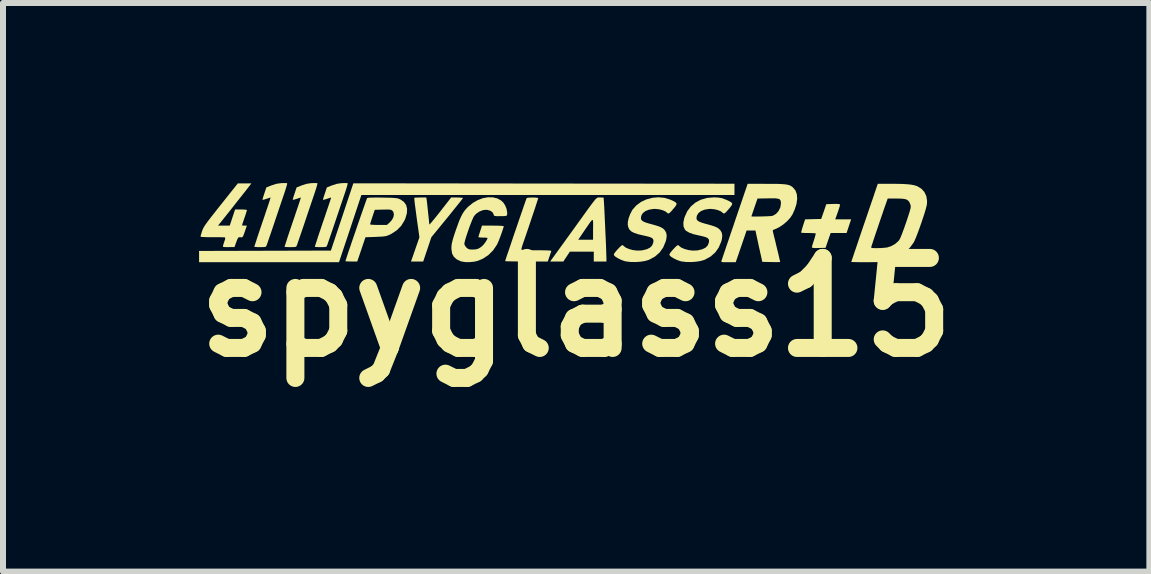
<source format=kicad_pcb>
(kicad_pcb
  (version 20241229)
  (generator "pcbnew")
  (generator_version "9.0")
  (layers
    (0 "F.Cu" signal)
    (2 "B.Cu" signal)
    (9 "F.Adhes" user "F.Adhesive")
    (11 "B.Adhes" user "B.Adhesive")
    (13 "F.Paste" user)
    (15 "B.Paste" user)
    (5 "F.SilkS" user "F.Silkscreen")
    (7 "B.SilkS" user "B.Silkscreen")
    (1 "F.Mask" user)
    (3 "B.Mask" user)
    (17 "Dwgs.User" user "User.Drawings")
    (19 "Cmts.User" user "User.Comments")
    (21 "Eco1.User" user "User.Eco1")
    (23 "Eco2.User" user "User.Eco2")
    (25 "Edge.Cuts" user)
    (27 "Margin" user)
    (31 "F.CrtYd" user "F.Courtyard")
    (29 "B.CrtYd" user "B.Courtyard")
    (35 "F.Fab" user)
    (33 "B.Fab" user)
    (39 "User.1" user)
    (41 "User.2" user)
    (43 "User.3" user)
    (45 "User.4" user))
  (footprint "spyglass15"
    (layer "F.Cu")
    (at 6.55 2.069)
    (property "Reference" "spyglass15" (at 0 0 0) (layer "F.SilkS") (effects (font (size 1.5 1.5) (thickness 0.3))))
    (attr board_only exclude_from_pos_files exclude_from_bom)
    (fp_poly (pts (xy -0.538 -2.061) (xy 2.637 -2.058) (xy 2.637 -1.964) (xy 2.637 -1.87) (xy -0.471 -1.87) (xy -3.579 -1.87) (xy -3.765 -1.31) (xy -3.952 -0.75) (xy -5.117 -0.75) (xy -6.283 -0.75) (xy -6.283 -0.844) (xy -6.283 -0.938) (xy -5.185 -0.941) (xy -4.087 -0.944) (xy -3.9 -1.504) (xy -3.713 -2.065)) (stroke (width 0) (type solid)) (fill yes) (layer "F.SilkS"))
    (fp_poly (pts (xy -2.491 -1.79) (xy -2.488 -1.766) (xy -2.483 -1.723) (xy -2.477 -1.666) (xy -2.47 -1.602) (xy -2.467 -1.571) (xy -2.46 -1.508) (xy -2.454 -1.453) (xy -2.45 -1.41) (xy -2.447 -1.384) (xy -2.446 -1.379) (xy -2.438 -1.384) (xy -2.418 -1.407) (xy -2.388 -1.443) (xy -2.349 -1.49) (xy -2.303 -1.547) (xy -2.263 -1.598) (xy -2.083 -1.829) (xy -1.985 -1.829) (xy -1.94 -1.827) (xy -1.907 -1.825) (xy -1.889 -1.821) (xy -1.887 -1.819) (xy -1.894 -1.808) (xy -1.915 -1.781) (xy -1.947 -1.74) (xy -1.989 -1.688) (xy -2.039 -1.626) (xy -2.095 -1.556) (xy -2.15 -1.488) (xy -2.413 -1.167) (xy -2.481 -0.964) (xy -2.549 -0.762) (xy -2.651 -0.762) (xy -2.752 -0.762) (xy -2.682 -0.964) (xy -2.612 -1.166) (xy -2.658 -1.492) (xy -2.669 -1.576) (xy -2.679 -1.653) (xy -2.688 -1.719) (xy -2.694 -1.771) (xy -2.697 -1.807) (xy -2.698 -1.823) (xy -2.698 -1.823) (xy -2.684 -1.826) (xy -2.653 -1.827) (xy -2.61 -1.828) (xy -2.595 -1.829) (xy -2.498 -1.829)) (stroke (width 0) (type solid)) (fill yes) (layer "F.SilkS"))
    (fp_poly (pts (xy 4.369 -1.72) (xy 4.388 -1.717) (xy 4.395 -1.71) (xy 4.395 -1.706) (xy 4.392 -1.688) (xy 4.382 -1.654) (xy 4.367 -1.609) (xy 4.356 -1.577) (xy 4.316 -1.465) (xy 4.448 -1.465) (xy 4.581 -1.465) (xy 4.543 -1.351) (xy 4.505 -1.237) (xy 4.372 -1.237) (xy 4.24 -1.237) (xy 4.197 -1.114) (xy 4.155 -0.99) (xy 4.041 -0.987) (xy 3.986 -0.986) (xy 3.951 -0.988) (xy 3.933 -0.992) (xy 3.927 -0.999) (xy 3.927 -1) (xy 3.93 -1.017) (xy 3.94 -1.051) (xy 3.954 -1.095) (xy 3.962 -1.119) (xy 3.976 -1.165) (xy 3.986 -1.202) (xy 3.991 -1.225) (xy 3.99 -1.23) (xy 3.976 -1.233) (xy 3.944 -1.235) (xy 3.9 -1.236) (xy 3.867 -1.237) (xy 3.818 -1.237) (xy 3.778 -1.239) (xy 3.753 -1.241) (xy 3.748 -1.243) (xy 3.75 -1.256) (xy 3.758 -1.287) (xy 3.77 -1.329) (xy 3.779 -1.357) (xy 3.814 -1.464) (xy 3.948 -1.468) (xy 4.082 -1.471) (xy 4.125 -1.594) (xy 4.167 -1.717) (xy 4.281 -1.721) (xy 4.335 -1.722)) (stroke (width 0) (type solid)) (fill yes) (layer "F.SilkS"))
    (fp_poly (pts (xy -4.831 -2.068) (xy -4.815 -2.067) (xy -4.815 -2.067) (xy -4.816 -2.055) (xy -4.824 -2.024) (xy -4.837 -1.979) (xy -4.855 -1.923) (xy -4.872 -1.872) (xy -4.894 -1.807) (xy -4.922 -1.725) (xy -4.953 -1.633) (xy -4.986 -1.535) (xy -5.019 -1.437) (xy -5.041 -1.371) (xy -5.069 -1.289) (xy -5.095 -1.213) (xy -5.118 -1.146) (xy -5.137 -1.091) (xy -5.15 -1.052) (xy -5.158 -1.032) (xy -5.158 -1.031) (xy -5.165 -1.016) (xy -5.176 -1.007) (xy -5.196 -1.003) (xy -5.23 -1.002) (xy -5.264 -1.002) (xy -5.309 -1.002) (xy -5.343 -1.004) (xy -5.361 -1.005) (xy -5.362 -1.006) (xy -5.36 -1.018) (xy -5.35 -1.049) (xy -5.334 -1.097) (xy -5.314 -1.161) (xy -5.289 -1.236) (xy -5.26 -1.321) (xy -5.229 -1.414) (xy -5.227 -1.419) (xy -5.195 -1.512) (xy -5.167 -1.597) (xy -5.141 -1.673) (xy -5.12 -1.736) (xy -5.104 -1.785) (xy -5.095 -1.817) (xy -5.091 -1.828) (xy -5.091 -1.829) (xy -5.104 -1.825) (xy -5.131 -1.816) (xy -5.161 -1.806) (xy -5.196 -1.795) (xy -5.22 -1.79) (xy -5.228 -1.792) (xy -5.224 -1.806) (xy -5.215 -1.837) (xy -5.201 -1.879) (xy -5.195 -1.898) (xy -5.162 -1.996) (xy -5.075 -2.031) (xy -4.997 -2.056) (xy -4.922 -2.067) (xy -4.905 -2.068) (xy -4.863 -2.069)) (stroke (width 0) (type solid)) (fill yes) (layer "F.SilkS"))
    (fp_poly (pts (xy -4.327 -2.068) (xy -4.311 -2.067) (xy -4.311 -2.067) (xy -4.312 -2.055) (xy -4.32 -2.024) (xy -4.333 -1.979) (xy -4.351 -1.923) (xy -4.368 -1.872) (xy -4.39 -1.807) (xy -4.418 -1.725) (xy -4.449 -1.633) (xy -4.482 -1.535) (xy -4.515 -1.437) (xy -4.537 -1.371) (xy -4.565 -1.289) (xy -4.591 -1.213) (xy -4.614 -1.146) (xy -4.633 -1.091) (xy -4.646 -1.052) (xy -4.654 -1.032) (xy -4.654 -1.031) (xy -4.661 -1.016) (xy -4.672 -1.007) (xy -4.692 -1.003) (xy -4.726 -1.002) (xy -4.76 -1.002) (xy -4.805 -1.002) (xy -4.839 -1.004) (xy -4.857 -1.005) (xy -4.858 -1.006) (xy -4.856 -1.018) (xy -4.846 -1.049) (xy -4.83 -1.097) (xy -4.81 -1.161) (xy -4.785 -1.236) (xy -4.756 -1.321) (xy -4.725 -1.414) (xy -4.723 -1.419) (xy -4.691 -1.512) (xy -4.663 -1.597) (xy -4.637 -1.673) (xy -4.616 -1.736) (xy -4.6 -1.785) (xy -4.591 -1.817) (xy -4.587 -1.828) (xy -4.587 -1.829) (xy -4.599 -1.825) (xy -4.627 -1.816) (xy -4.657 -1.806) (xy -4.692 -1.795) (xy -4.716 -1.79) (xy -4.724 -1.792) (xy -4.72 -1.806) (xy -4.711 -1.837) (xy -4.697 -1.879) (xy -4.691 -1.898) (xy -4.658 -1.996) (xy -4.571 -2.031) (xy -4.493 -2.056) (xy -4.418 -2.067) (xy -4.401 -2.068) (xy -4.359 -2.069)) (stroke (width 0) (type solid)) (fill yes) (layer "F.SilkS"))
    (fp_poly (pts (xy -3.823 -2.068) (xy -3.807 -2.067) (xy -3.807 -2.067) (xy -3.808 -2.055) (xy -3.816 -2.024) (xy -3.829 -1.979) (xy -3.847 -1.923) (xy -3.864 -1.872) (xy -3.886 -1.807) (xy -3.914 -1.725) (xy -3.945 -1.633) (xy -3.978 -1.535) (xy -4.011 -1.437) (xy -4.033 -1.371) (xy -4.061 -1.289) (xy -4.087 -1.213) (xy -4.11 -1.146) (xy -4.129 -1.091) (xy -4.142 -1.052) (xy -4.15 -1.032) (xy -4.15 -1.031) (xy -4.157 -1.016) (xy -4.168 -1.007) (xy -4.188 -1.003) (xy -4.222 -1.002) (xy -4.256 -1.002) (xy -4.301 -1.002) (xy -4.335 -1.004) (xy -4.353 -1.005) (xy -4.354 -1.006) (xy -4.352 -1.018) (xy -4.342 -1.049) (xy -4.326 -1.097) (xy -4.306 -1.161) (xy -4.281 -1.236) (xy -4.252 -1.321) (xy -4.221 -1.414) (xy -4.219 -1.419) (xy -4.187 -1.512) (xy -4.159 -1.597) (xy -4.133 -1.673) (xy -4.112 -1.736) (xy -4.096 -1.785) (xy -4.086 -1.817) (xy -4.083 -1.828) (xy -4.083 -1.829) (xy -4.095 -1.825) (xy -4.123 -1.816) (xy -4.153 -1.806) (xy -4.188 -1.795) (xy -4.212 -1.79) (xy -4.22 -1.792) (xy -4.216 -1.806) (xy -4.207 -1.837) (xy -4.193 -1.879) (xy -4.187 -1.898) (xy -4.154 -1.996) (xy -4.067 -2.031) (xy -3.988 -2.056) (xy -3.914 -2.067) (xy -3.897 -2.068) (xy -3.855 -2.069)) (stroke (width 0) (type solid)) (fill yes) (layer "F.SilkS"))
    (fp_poly (pts (xy 0.39 -1.829) (xy 0.4 -1.829) (xy 0.433 -1.828) (xy 0.454 -1.827) (xy 0.457 -1.826) (xy 0.459 -1.8) (xy 0.462 -1.755) (xy 0.466 -1.692) (xy 0.47 -1.616) (xy 0.474 -1.529) (xy 0.478 -1.435) (xy 0.483 -1.337) (xy 0.487 -1.238) (xy 0.492 -1.141) (xy 0.496 -1.05) (xy 0.499 -0.968) (xy 0.501 -0.898) (xy 0.503 -0.844) (xy 0.504 -0.808) (xy 0.504 -0.802) (xy 0.504 -0.762) (xy 0.399 -0.762) (xy 0.293 -0.762) (xy 0.293 -0.844) (xy 0.293 -0.926) (xy 0.094 -0.926) (xy -0.105 -0.926) (xy -0.16 -0.844) (xy -0.214 -0.762) (xy -0.324 -0.762) (xy -0.434 -0.762) (xy -0.279 -0.976) (xy -0.228 -1.046) (xy -0.171 -1.125) (xy 0.034 -1.125) (xy 0.158 -1.125) (xy 0.281 -1.125) (xy 0.281 -1.303) (xy 0.282 -1.365) (xy 0.282 -1.412) (xy 0.28 -1.441) (xy 0.274 -1.455) (xy 0.262 -1.45) (xy 0.243 -1.429) (xy 0.215 -1.39) (xy 0.175 -1.332) (xy 0.136 -1.275) (xy 0.034 -1.125) (xy -0.171 -1.125) (xy -0.168 -1.13) (xy -0.101 -1.222) (xy -0.033 -1.316) (xy 0.032 -1.407) (xy 0.074 -1.465) (xy 0.141 -1.558) (xy 0.195 -1.633) (xy 0.239 -1.693) (xy 0.274 -1.74) (xy 0.301 -1.774) (xy 0.321 -1.799) (xy 0.338 -1.814) (xy 0.351 -1.824) (xy 0.363 -1.828) (xy 0.376 -1.829)) (stroke (width 0) (type solid)) (fill yes) (layer "F.SilkS"))
    (fp_poly (pts (xy -0.703 -1.828) (xy -0.667 -1.826) (xy -0.641 -1.822) (xy -0.633 -1.817) (xy -0.637 -1.804) (xy -0.647 -1.771) (xy -0.663 -1.723) (xy -0.683 -1.66) (xy -0.707 -1.588) (xy -0.734 -1.509) (xy -0.762 -1.425) (xy -0.791 -1.339) (xy -0.819 -1.256) (xy -0.846 -1.177) (xy -0.871 -1.105) (xy -0.878 -1.085) (xy -0.894 -1.038) (xy -0.906 -0.998) (xy -0.913 -0.972) (xy -0.914 -0.965) (xy -0.91 -0.96) (xy -0.896 -0.956) (xy -0.869 -0.953) (xy -0.827 -0.951) (xy -0.768 -0.95) (xy -0.688 -0.949) (xy -0.661 -0.949) (xy -0.575 -0.949) (xy -0.51 -0.948) (xy -0.463 -0.946) (xy -0.433 -0.944) (xy -0.418 -0.94) (xy -0.414 -0.935) (xy -0.414 -0.935) (xy -0.421 -0.917) (xy -0.432 -0.884) (xy -0.446 -0.842) (xy -0.447 -0.841) (xy -0.473 -0.762) (xy -0.829 -0.762) (xy -0.917 -0.762) (xy -0.998 -0.763) (xy -1.067 -0.764) (xy -1.123 -0.765) (xy -1.162 -0.766) (xy -1.182 -0.768) (xy -1.184 -0.768) (xy -1.18 -0.781) (xy -1.17 -0.813) (xy -1.154 -0.862) (xy -1.132 -0.925) (xy -1.107 -0.999) (xy -1.079 -1.082) (xy -1.049 -1.172) (xy -1.017 -1.265) (xy -0.985 -1.358) (xy -0.954 -1.45) (xy -0.924 -1.537) (xy -0.896 -1.617) (xy -0.872 -1.688) (xy -0.852 -1.745) (xy -0.837 -1.788) (xy -0.828 -1.812) (xy -0.826 -1.817) (xy -0.812 -1.823) (xy -0.783 -1.826) (xy -0.744 -1.828)) (stroke (width 0) (type solid)) (fill yes) (layer "F.SilkS"))
    (fp_poly (pts (xy -5.446 -2.019) (xy -5.464 -1.995) (xy -5.496 -1.954) (xy -5.541 -1.897) (xy -5.599 -1.824) (xy -5.668 -1.737) (xy -5.747 -1.636) (xy -5.837 -1.523) (xy -5.904 -1.439) (xy -5.967 -1.36) (xy -5.87 -1.36) (xy -5.772 -1.36) (xy -5.728 -1.494) (xy -5.683 -1.629) (xy -5.584 -1.629) (xy -5.54 -1.628) (xy -5.505 -1.625) (xy -5.487 -1.621) (xy -5.486 -1.619) (xy -5.489 -1.605) (xy -5.499 -1.573) (xy -5.513 -1.529) (xy -5.527 -1.49) (xy -5.543 -1.441) (xy -5.557 -1.401) (xy -5.565 -1.374) (xy -5.568 -1.365) (xy -5.557 -1.362) (xy -5.532 -1.36) (xy -5.527 -1.36) (xy -5.487 -1.36) (xy -5.514 -1.281) (xy -5.532 -1.229) (xy -5.545 -1.195) (xy -5.555 -1.176) (xy -5.565 -1.167) (xy -5.578 -1.165) (xy -5.592 -1.166) (xy -5.613 -1.167) (xy -5.628 -1.161) (xy -5.64 -1.145) (xy -5.653 -1.114) (xy -5.668 -1.073) (xy -5.693 -1.003) (xy -5.781 -1.002) (xy -5.826 -1.002) (xy -5.861 -1.003) (xy -5.881 -1.005) (xy -5.882 -1.005) (xy -5.885 -1.018) (xy -5.878 -1.048) (xy -5.866 -1.084) (xy -5.851 -1.127) (xy -5.847 -1.153) (xy -5.852 -1.163) (xy -5.852 -1.163) (xy -5.868 -1.165) (xy -5.904 -1.166) (xy -5.954 -1.167) (xy -6.015 -1.167) (xy -6.063 -1.167) (xy -6.134 -1.167) (xy -6.192 -1.169) (xy -6.233 -1.171) (xy -6.256 -1.175) (xy -6.259 -1.177) (xy -6.256 -1.193) (xy -6.247 -1.225) (xy -6.234 -1.265) (xy -6.234 -1.267) (xy -6.226 -1.289) (xy -6.216 -1.311) (xy -6.203 -1.336) (xy -6.185 -1.365) (xy -6.16 -1.4) (xy -6.127 -1.445) (xy -6.085 -1.5) (xy -6.031 -1.568) (xy -5.966 -1.651) (xy -5.923 -1.705) (xy -5.638 -2.063) (xy -5.525 -2.063) (xy -5.412 -2.063)) (stroke (width 0) (type solid)) (fill yes) (layer "F.SilkS"))
    (fp_poly (pts (xy -3.249 -1.827) (xy -3.227 -1.827) (xy -3.145 -1.825) (xy -3.082 -1.824) (xy -3.036 -1.821) (xy -3.002 -1.818) (xy -2.976 -1.814) (xy -2.955 -1.807) (xy -2.935 -1.799) (xy -2.924 -1.793) (xy -2.869 -1.754) (xy -2.833 -1.702) (xy -2.817 -1.639) (xy -2.821 -1.566) (xy -2.845 -1.483) (xy -2.862 -1.444) (xy -2.916 -1.356) (xy -2.989 -1.282) (xy -3.079 -1.223) (xy -3.091 -1.217) (xy -3.122 -1.202) (xy -3.15 -1.191) (xy -3.178 -1.184) (xy -3.212 -1.179) (xy -3.258 -1.176) (xy -3.321 -1.173) (xy -3.34 -1.172) (xy -3.511 -1.166) (xy -3.579 -0.964) (xy -3.648 -0.762) (xy -3.746 -0.762) (xy -3.791 -0.763) (xy -3.825 -0.764) (xy -3.843 -0.767) (xy -3.845 -0.768) (xy -3.841 -0.781) (xy -3.83 -0.814) (xy -3.814 -0.864) (xy -3.793 -0.928) (xy -3.767 -1.003) (xy -3.739 -1.086) (xy -3.708 -1.176) (xy -3.676 -1.269) (xy -3.644 -1.363) (xy -3.638 -1.381) (xy -3.434 -1.381) (xy -3.423 -1.377) (xy -3.394 -1.374) (xy -3.349 -1.372) (xy -3.295 -1.371) (xy -3.294 -1.371) (xy -3.154 -1.371) (xy -3.111 -1.409) (xy -3.07 -1.454) (xy -3.045 -1.502) (xy -3.037 -1.548) (xy -3.047 -1.589) (xy -3.06 -1.606) (xy -3.072 -1.616) (xy -3.087 -1.623) (xy -3.111 -1.627) (xy -3.147 -1.628) (xy -3.2 -1.627) (xy -3.22 -1.627) (xy -3.356 -1.623) (xy -3.395 -1.507) (xy -3.411 -1.458) (xy -3.424 -1.417) (xy -3.432 -1.389) (xy -3.434 -1.381) (xy -3.638 -1.381) (xy -3.612 -1.455) (xy -3.582 -1.542) (xy -3.554 -1.622) (xy -3.529 -1.692) (xy -3.509 -1.75) (xy -3.494 -1.792) (xy -3.484 -1.816) (xy -3.482 -1.82) (xy -3.468 -1.823) (xy -3.434 -1.826) (xy -3.383 -1.827) (xy -3.32 -1.828)) (stroke (width 0) (type solid)) (fill yes) (layer "F.SilkS"))
    (fp_poly (pts (xy 2.372 -1.827) (xy 2.437 -1.815) (xy 2.501 -1.79) (xy 2.526 -1.779) (xy 2.569 -1.757) (xy 2.593 -1.739) (xy 2.6 -1.72) (xy 2.589 -1.696) (xy 2.563 -1.661) (xy 2.546 -1.641) (xy 2.509 -1.598) (xy 2.484 -1.573) (xy 2.465 -1.562) (xy 2.451 -1.565) (xy 2.438 -1.576) (xy 2.408 -1.599) (xy 2.362 -1.618) (xy 2.306 -1.632) (xy 2.248 -1.638) (xy 2.215 -1.638) (xy 2.14 -1.626) (xy 2.079 -1.602) (xy 2.035 -1.567) (xy 2.01 -1.523) (xy 2.004 -1.487) (xy 2.008 -1.463) (xy 2.022 -1.444) (xy 2.049 -1.426) (xy 2.092 -1.409) (xy 2.155 -1.39) (xy 2.176 -1.385) (xy 2.25 -1.364) (xy 2.306 -1.346) (xy 2.346 -1.328) (xy 2.376 -1.309) (xy 2.398 -1.286) (xy 2.402 -1.283) (xy 2.426 -1.24) (xy 2.434 -1.192) (xy 2.427 -1.132) (xy 2.416 -1.093) (xy 2.375 -0.995) (xy 2.317 -0.913) (xy 2.241 -0.846) (xy 2.147 -0.794) (xy 2.124 -0.785) (xy 2.066 -0.769) (xy 1.992 -0.758) (xy 1.912 -0.753) (xy 1.833 -0.754) (xy 1.764 -0.762) (xy 1.735 -0.768) (xy 1.681 -0.787) (xy 1.629 -0.812) (xy 1.585 -0.838) (xy 1.56 -0.861) (xy 1.553 -0.875) (xy 1.558 -0.892) (xy 1.578 -0.92) (xy 1.58 -0.923) (xy 1.612 -0.96) (xy 1.648 -0.998) (xy 1.656 -1.006) (xy 1.681 -1.028) (xy 1.696 -1.036) (xy 1.707 -1.03) (xy 1.712 -1.025) (xy 1.749 -0.995) (xy 1.804 -0.971) (xy 1.869 -0.953) (xy 1.939 -0.944) (xy 2.008 -0.946) (xy 2.026 -0.948) (xy 2.101 -0.966) (xy 2.156 -0.993) (xy 2.191 -1.029) (xy 2.21 -1.077) (xy 2.212 -1.088) (xy 2.213 -1.116) (xy 2.205 -1.138) (xy 2.186 -1.155) (xy 2.152 -1.17) (xy 2.099 -1.184) (xy 2.045 -1.196) (xy 1.951 -1.218) (xy 1.881 -1.244) (xy 1.832 -1.272) (xy 1.809 -1.297) (xy 1.788 -1.349) (xy 1.786 -1.413) (xy 1.801 -1.487) (xy 1.805 -1.499) (xy 1.849 -1.597) (xy 1.91 -1.679) (xy 1.987 -1.744) (xy 2.077 -1.792) (xy 2.182 -1.821) (xy 2.297 -1.831)) (stroke (width 0) (type solid)) (fill yes) (layer "F.SilkS"))
    (fp_poly (pts (xy 1.469 -1.823) (xy 1.565 -1.794) (xy 1.579 -1.788) (xy 1.63 -1.764) (xy 1.661 -1.745) (xy 1.673 -1.726) (xy 1.668 -1.704) (xy 1.646 -1.672) (xy 1.62 -1.641) (xy 1.583 -1.598) (xy 1.558 -1.573) (xy 1.539 -1.562) (xy 1.525 -1.565) (xy 1.512 -1.576) (xy 1.482 -1.599) (xy 1.436 -1.618) (xy 1.38 -1.632) (xy 1.322 -1.638) (xy 1.289 -1.638) (xy 1.214 -1.626) (xy 1.153 -1.602) (xy 1.109 -1.567) (xy 1.084 -1.523) (xy 1.078 -1.487) (xy 1.082 -1.463) (xy 1.096 -1.444) (xy 1.123 -1.426) (xy 1.166 -1.409) (xy 1.229 -1.39) (xy 1.25 -1.385) (xy 1.324 -1.364) (xy 1.38 -1.346) (xy 1.42 -1.328) (xy 1.45 -1.309) (xy 1.473 -1.286) (xy 1.476 -1.283) (xy 1.5 -1.24) (xy 1.508 -1.192) (xy 1.501 -1.132) (xy 1.49 -1.093) (xy 1.449 -0.995) (xy 1.391 -0.913) (xy 1.315 -0.846) (xy 1.221 -0.794) (xy 1.198 -0.785) (xy 1.14 -0.769) (xy 1.066 -0.758) (xy 0.986 -0.753) (xy 0.907 -0.754) (xy 0.838 -0.762) (xy 0.809 -0.768) (xy 0.755 -0.787) (xy 0.703 -0.812) (xy 0.659 -0.838) (xy 0.634 -0.861) (xy 0.627 -0.875) (xy 0.632 -0.892) (xy 0.652 -0.92) (xy 0.654 -0.923) (xy 0.686 -0.96) (xy 0.722 -0.998) (xy 0.73 -1.006) (xy 0.755 -1.028) (xy 0.77 -1.036) (xy 0.781 -1.03) (xy 0.786 -1.025) (xy 0.823 -0.995) (xy 0.878 -0.971) (xy 0.943 -0.953) (xy 1.013 -0.944) (xy 1.082 -0.946) (xy 1.1 -0.948) (xy 1.175 -0.966) (xy 1.23 -0.993) (xy 1.265 -1.029) (xy 1.284 -1.077) (xy 1.286 -1.088) (xy 1.287 -1.116) (xy 1.279 -1.138) (xy 1.26 -1.155) (xy 1.226 -1.17) (xy 1.173 -1.184) (xy 1.119 -1.196) (xy 1.033 -1.216) (xy 0.967 -1.238) (xy 0.919 -1.263) (xy 0.887 -1.294) (xy 0.868 -1.332) (xy 0.859 -1.374) (xy 0.861 -1.425) (xy 0.875 -1.487) (xy 0.899 -1.551) (xy 0.93 -1.611) (xy 0.939 -1.626) (xy 1.002 -1.697) (xy 1.081 -1.755) (xy 1.17 -1.797) (xy 1.268 -1.823) (xy 1.368 -1.832)) (stroke (width 0) (type solid)) (fill yes) (layer "F.SilkS"))
    (fp_poly (pts (xy 3.172 -2.056) (xy 3.276 -2.056) (xy 3.36 -2.055) (xy 3.426 -2.052) (xy 3.477 -2.048) (xy 3.517 -2.042) (xy 3.548 -2.034) (xy 3.573 -2.023) (xy 3.595 -2.009) (xy 3.612 -1.995) (xy 3.653 -1.946) (xy 3.676 -1.883) (xy 3.682 -1.809) (xy 3.671 -1.724) (xy 3.642 -1.632) (xy 3.604 -1.547) (xy 3.566 -1.49) (xy 3.512 -1.431) (xy 3.448 -1.377) (xy 3.382 -1.333) (xy 3.319 -1.303) (xy 3.314 -1.301) (xy 3.284 -1.289) (xy 3.274 -1.275) (xy 3.275 -1.268) (xy 3.28 -1.251) (xy 3.288 -1.216) (xy 3.3 -1.167) (xy 3.315 -1.109) (xy 3.33 -1.044) (xy 3.346 -0.978) (xy 3.362 -0.913) (xy 3.376 -0.854) (xy 3.387 -0.806) (xy 3.395 -0.772) (xy 3.399 -0.755) (xy 3.399 -0.754) (xy 3.388 -0.753) (xy 3.358 -0.752) (xy 3.314 -0.752) (xy 3.259 -0.753) (xy 3.25 -0.753) (xy 3.101 -0.756) (xy 3.058 -0.949) (xy 3.042 -1.02) (xy 3.028 -1.087) (xy 3.015 -1.147) (xy 3.005 -1.192) (xy 3.001 -1.21) (xy 2.987 -1.278) (xy 2.913 -1.278) (xy 2.839 -1.278) (xy 2.798 -1.157) (xy 2.777 -1.096) (xy 2.752 -1.022) (xy 2.726 -0.947) (xy 2.708 -0.894) (xy 2.658 -0.75) (xy 2.535 -0.75) (xy 2.481 -0.75) (xy 2.446 -0.751) (xy 2.427 -0.754) (xy 2.419 -0.76) (xy 2.419 -0.769) (xy 2.421 -0.777) (xy 2.427 -0.792) (xy 2.439 -0.828) (xy 2.457 -0.882) (xy 2.481 -0.952) (xy 2.509 -1.035) (xy 2.542 -1.131) (xy 2.577 -1.236) (xy 2.616 -1.348) (xy 2.643 -1.43) (xy 2.672 -1.515) (xy 2.919 -1.515) (xy 2.929 -1.512) (xy 2.958 -1.511) (xy 3.001 -1.511) (xy 3.053 -1.512) (xy 3.108 -1.513) (xy 3.163 -1.515) (xy 3.213 -1.517) (xy 3.251 -1.52) (xy 3.275 -1.524) (xy 3.278 -1.525) (xy 3.33 -1.556) (xy 3.372 -1.604) (xy 3.401 -1.663) (xy 3.411 -1.726) (xy 3.411 -1.727) (xy 3.41 -1.759) (xy 3.403 -1.782) (xy 3.389 -1.799) (xy 3.364 -1.808) (xy 3.324 -1.814) (xy 3.268 -1.815) (xy 3.194 -1.814) (xy 3.021 -1.811) (xy 2.97 -1.664) (xy 2.952 -1.61) (xy 2.936 -1.564) (xy 2.925 -1.532) (xy 2.919 -1.516) (xy 2.919 -1.515) (xy 2.672 -1.515) (xy 2.857 -2.057)) (stroke (width 0) (type solid)) (fill yes) (layer "F.SilkS"))
    (fp_poly (pts (xy -1.39 -1.831) (xy -1.316 -1.814) (xy -1.252 -1.779) (xy -1.214 -1.744) (xy -1.183 -1.696) (xy -1.16 -1.638) (xy -1.15 -1.58) (xy -1.15 -1.547) (xy -1.153 -1.534) (xy -1.161 -1.525) (xy -1.177 -1.521) (xy -1.206 -1.518) (xy -1.254 -1.518) (xy -1.262 -1.518) (xy -1.312 -1.517) (xy -1.344 -1.519) (xy -1.362 -1.523) (xy -1.371 -1.531) (xy -1.375 -1.544) (xy -1.376 -1.548) (xy -1.394 -1.582) (xy -1.431 -1.608) (xy -1.482 -1.622) (xy -1.495 -1.624) (xy -1.552 -1.618) (xy -1.612 -1.595) (xy -1.666 -1.558) (xy -1.7 -1.521) (xy -1.714 -1.496) (xy -1.733 -1.453) (xy -1.755 -1.398) (xy -1.779 -1.335) (xy -1.802 -1.269) (xy -1.824 -1.204) (xy -1.843 -1.145) (xy -1.856 -1.097) (xy -1.863 -1.064) (xy -1.864 -1.057) (xy -1.856 -1.031) (xy -1.836 -1.002) (xy -1.829 -0.995) (xy -1.805 -0.975) (xy -1.78 -0.965) (xy -1.745 -0.961) (xy -1.731 -0.961) (xy -1.674 -0.964) (xy -1.63 -0.976) (xy -1.59 -1) (xy -1.565 -1.021) (xy -1.539 -1.048) (xy -1.513 -1.083) (xy -1.491 -1.118) (xy -1.478 -1.146) (xy -1.477 -1.154) (xy -1.488 -1.157) (xy -1.516 -1.16) (xy -1.553 -1.16) (xy -1.592 -1.162) (xy -1.619 -1.165) (xy -1.629 -1.169) (xy -1.626 -1.184) (xy -1.617 -1.214) (xy -1.603 -1.256) (xy -1.599 -1.269) (xy -1.569 -1.36) (xy -1.388 -1.36) (xy -1.326 -1.359) (xy -1.273 -1.358) (xy -1.233 -1.355) (xy -1.211 -1.352) (xy -1.207 -1.35) (xy -1.211 -1.33) (xy -1.223 -1.294) (xy -1.239 -1.246) (xy -1.258 -1.193) (xy -1.278 -1.14) (xy -1.297 -1.092) (xy -1.314 -1.055) (xy -1.321 -1.041) (xy -1.384 -0.948) (xy -1.463 -0.869) (xy -1.554 -0.809) (xy -1.642 -0.772) (xy -1.705 -0.758) (xy -1.775 -0.752) (xy -1.844 -0.752) (xy -1.903 -0.761) (xy -1.924 -0.766) (xy -1.991 -0.798) (xy -2.038 -0.84) (xy -2.067 -0.893) (xy -2.078 -0.962) (xy -2.079 -0.99) (xy -2.077 -1.026) (xy -2.072 -1.063) (xy -2.062 -1.106) (xy -2.047 -1.159) (xy -2.025 -1.227) (xy -2.012 -1.266) (xy -1.977 -1.364) (xy -1.948 -1.443) (xy -1.92 -1.506) (xy -1.894 -1.557) (xy -1.866 -1.6) (xy -1.835 -1.638) (xy -1.8 -1.675) (xy -1.798 -1.676) (xy -1.722 -1.738) (xy -1.64 -1.785) (xy -1.555 -1.817) (xy -1.47 -1.832)) (stroke (width 0) (type solid)) (fill yes) (layer "F.SilkS"))
    (fp_poly (pts (xy 5.346 -2.056) (xy 5.442 -2.054) (xy 5.521 -2.049) (xy 5.584 -2.042) (xy 5.635 -2.032) (xy 5.676 -2.019) (xy 5.685 -2.015) (xy 5.752 -1.974) (xy 5.802 -1.919) (xy 5.834 -1.85) (xy 5.846 -1.771) (xy 5.844 -1.717) (xy 5.836 -1.681) (xy 5.822 -1.627) (xy 5.802 -1.56) (xy 5.777 -1.485) (xy 5.75 -1.404) (xy 5.722 -1.324) (xy 5.694 -1.248) (xy 5.668 -1.18) (xy 5.645 -1.124) (xy 5.627 -1.086) (xy 5.624 -1.08) (xy 5.565 -0.999) (xy 5.493 -0.923) (xy 5.412 -0.86) (xy 5.355 -0.828) (xy 5.305 -0.804) (xy 5.256 -0.786) (xy 5.205 -0.773) (xy 5.148 -0.763) (xy 5.082 -0.756) (xy 5.002 -0.752) (xy 4.904 -0.751) (xy 4.844 -0.75) (xy 4.768 -0.75) (xy 4.702 -0.751) (xy 4.647 -0.752) (xy 4.607 -0.753) (xy 4.586 -0.754) (xy 4.583 -0.754) (xy 4.587 -0.766) (xy 4.597 -0.797) (xy 4.614 -0.846) (xy 4.635 -0.911) (xy 4.662 -0.988) (xy 4.665 -0.998) (xy 4.915 -0.998) (xy 4.918 -0.991) (xy 4.932 -0.987) (xy 4.961 -0.985) (xy 5.008 -0.985) (xy 5.014 -0.985) (xy 5.071 -0.986) (xy 5.127 -0.99) (xy 5.173 -0.995) (xy 5.181 -0.996) (xy 5.249 -1.018) (xy 5.314 -1.055) (xy 5.367 -1.101) (xy 5.384 -1.123) (xy 5.397 -1.147) (xy 5.415 -1.189) (xy 5.437 -1.246) (xy 5.462 -1.313) (xy 5.488 -1.387) (xy 5.499 -1.418) (xy 5.526 -1.5) (xy 5.546 -1.562) (xy 5.56 -1.608) (xy 5.569 -1.642) (xy 5.573 -1.666) (xy 5.574 -1.685) (xy 5.571 -1.7) (xy 5.566 -1.716) (xy 5.566 -1.716) (xy 5.551 -1.752) (xy 5.531 -1.777) (xy 5.503 -1.795) (xy 5.464 -1.805) (xy 5.408 -1.81) (xy 5.337 -1.811) (xy 5.19 -1.811) (xy 5.157 -1.717) (xy 5.145 -1.683) (xy 5.127 -1.632) (xy 5.106 -1.569) (xy 5.081 -1.496) (xy 5.054 -1.418) (xy 5.027 -1.337) (xy 5 -1.258) (xy 4.975 -1.184) (xy 4.953 -1.118) (xy 4.936 -1.065) (xy 4.923 -1.027) (xy 4.918 -1.011) (xy 4.915 -0.998) (xy 4.665 -0.998) (xy 4.692 -1.077) (xy 4.724 -1.173) (xy 4.746 -1.238) (xy 4.783 -1.347) (xy 4.82 -1.455) (xy 4.856 -1.56) (xy 4.889 -1.658) (xy 4.919 -1.745) (xy 4.944 -1.818) (xy 4.963 -1.873) (xy 4.967 -1.887) (xy 5.025 -2.057) (xy 5.229 -2.057)) (stroke (width 0) (type solid)) (fill yes) (layer "F.SilkS")))
  (gr_rect
    (start -3 -3)
    (end 16.1 6.473)
    (stroke (width 0.1) (type default))
    (fill no)
    (layer "Edge.Cuts")))
</source>
